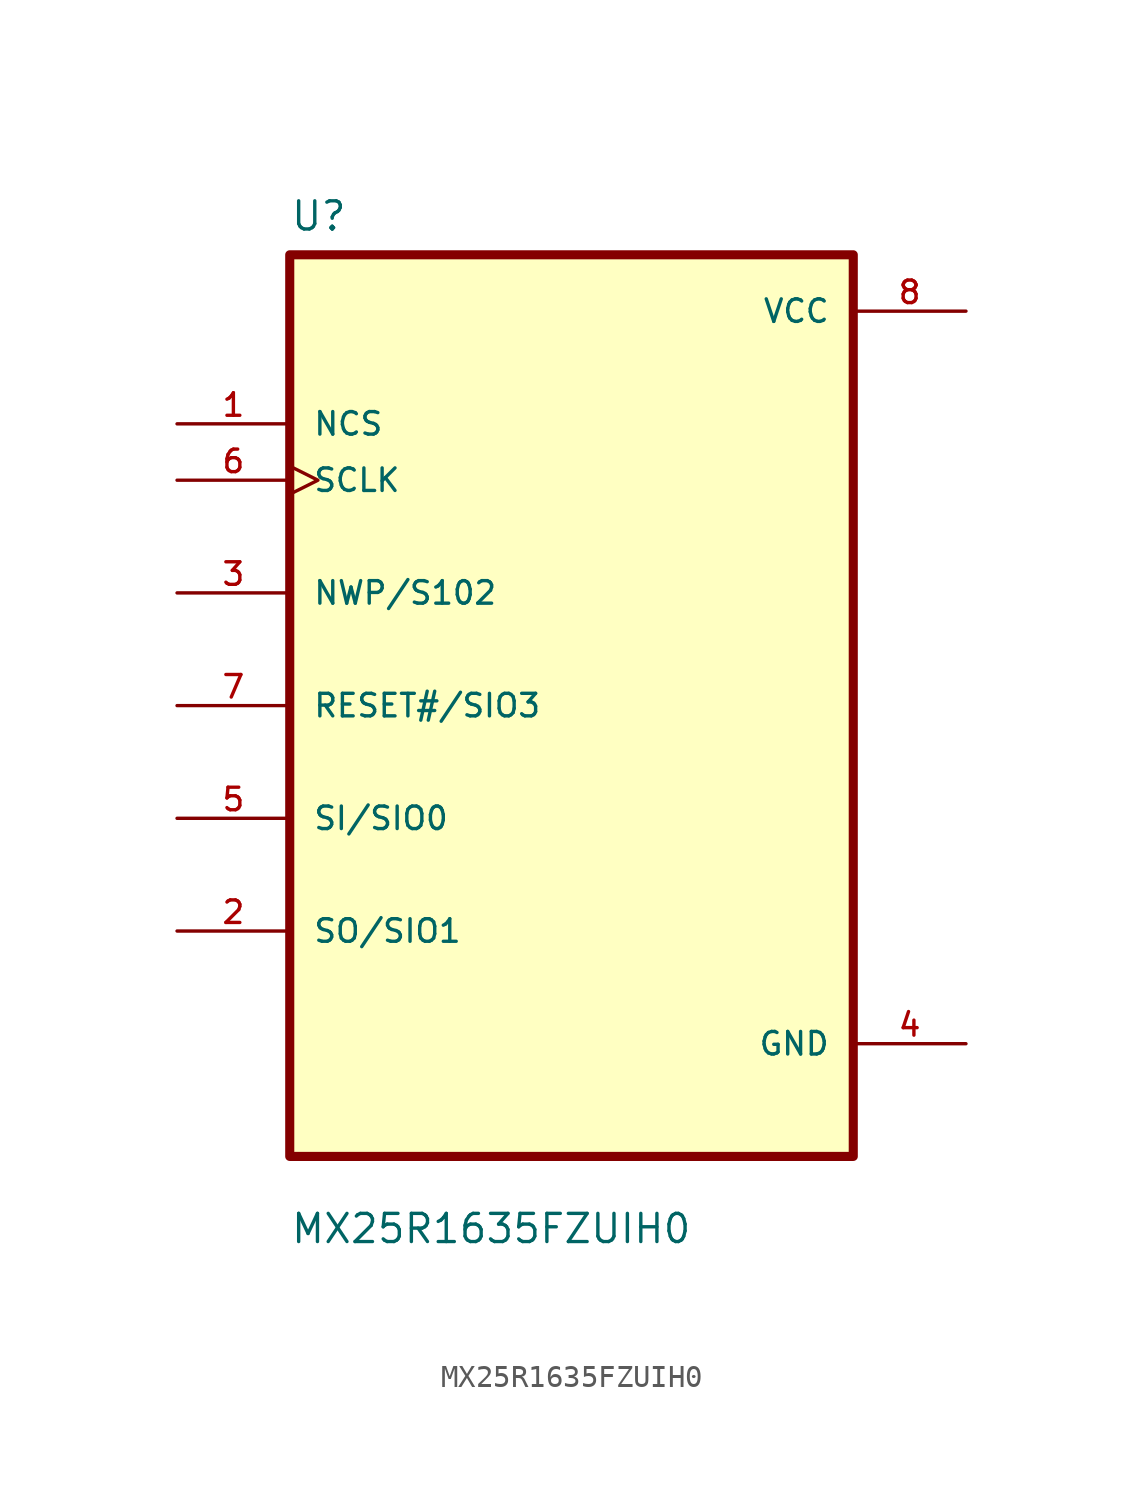
<source format=kicad_sym>
(kicad_symbol_lib
  (version 20211014)
  (generator kicad_symbol_editor)
  (symbol "MX25R1635FZUIH0"
    (pin_names
      (offset 1.016))
    (property "Reference" "U"
      (at -12.7 21.32 0.0)
      (effects (font (size 1.27 1.27)) (justify bottom left)))
    (property "Value" "MX25R1635FZUIH0"
      (at -12.7 -24.32 0.0)
      (effects (font (size 1.27 1.27)) (justify bottom left)))
    (symbol "MX25R1635FZUIH0_0_0"
      (rectangle (start -12.7 -20.32) (end 12.7 20.32) (stroke (width 0.41)) (fill (type background)))
      (pin input line (at -17.78 12.7 0) (length 5.08) (name "NCS" (effects (font (size 1.016 1.016)))) (number "1" (effects (font (size 1.016 1.016)))))
      (pin input clock (at -17.78 10.16 0) (length 5.08) (name "SCLK" (effects (font (size 1.016 1.016)))) (number "6" (effects (font (size 1.016 1.016)))))
      (pin bidirectional line (at -17.78 5.08 0) (length 5.08) (name "NWP/S102" (effects (font (size 1.016 1.016)))) (number "3" (effects (font (size 1.016 1.016)))))
      (pin bidirectional line (at -17.78 0.0 0) (length 5.08) (name "RESET#/SIO3" (effects (font (size 1.016 1.016)))) (number "7" (effects (font (size 1.016 1.016)))))
      (pin bidirectional line (at -17.78 -5.08 0) (length 5.08) (name "SI/SIO0" (effects (font (size 1.016 1.016)))) (number "5" (effects (font (size 1.016 1.016)))))
      (pin bidirectional line (at -17.78 -10.16 0) (length 5.08) (name "SO/SIO1" (effects (font (size 1.016 1.016)))) (number "2" (effects (font (size 1.016 1.016)))))
      (pin power_in line (at 17.78 17.78 180.0) (length 5.08) (name "VCC" (effects (font (size 1.016 1.016)))) (number "8" (effects (font (size 1.016 1.016)))))
      (pin power_in line (at 17.78 -15.24 180.0) (length 5.08) (name "GND" (effects (font (size 1.016 1.016)))) (number "4" (effects (font (size 1.016 1.016))))))))
</source>
